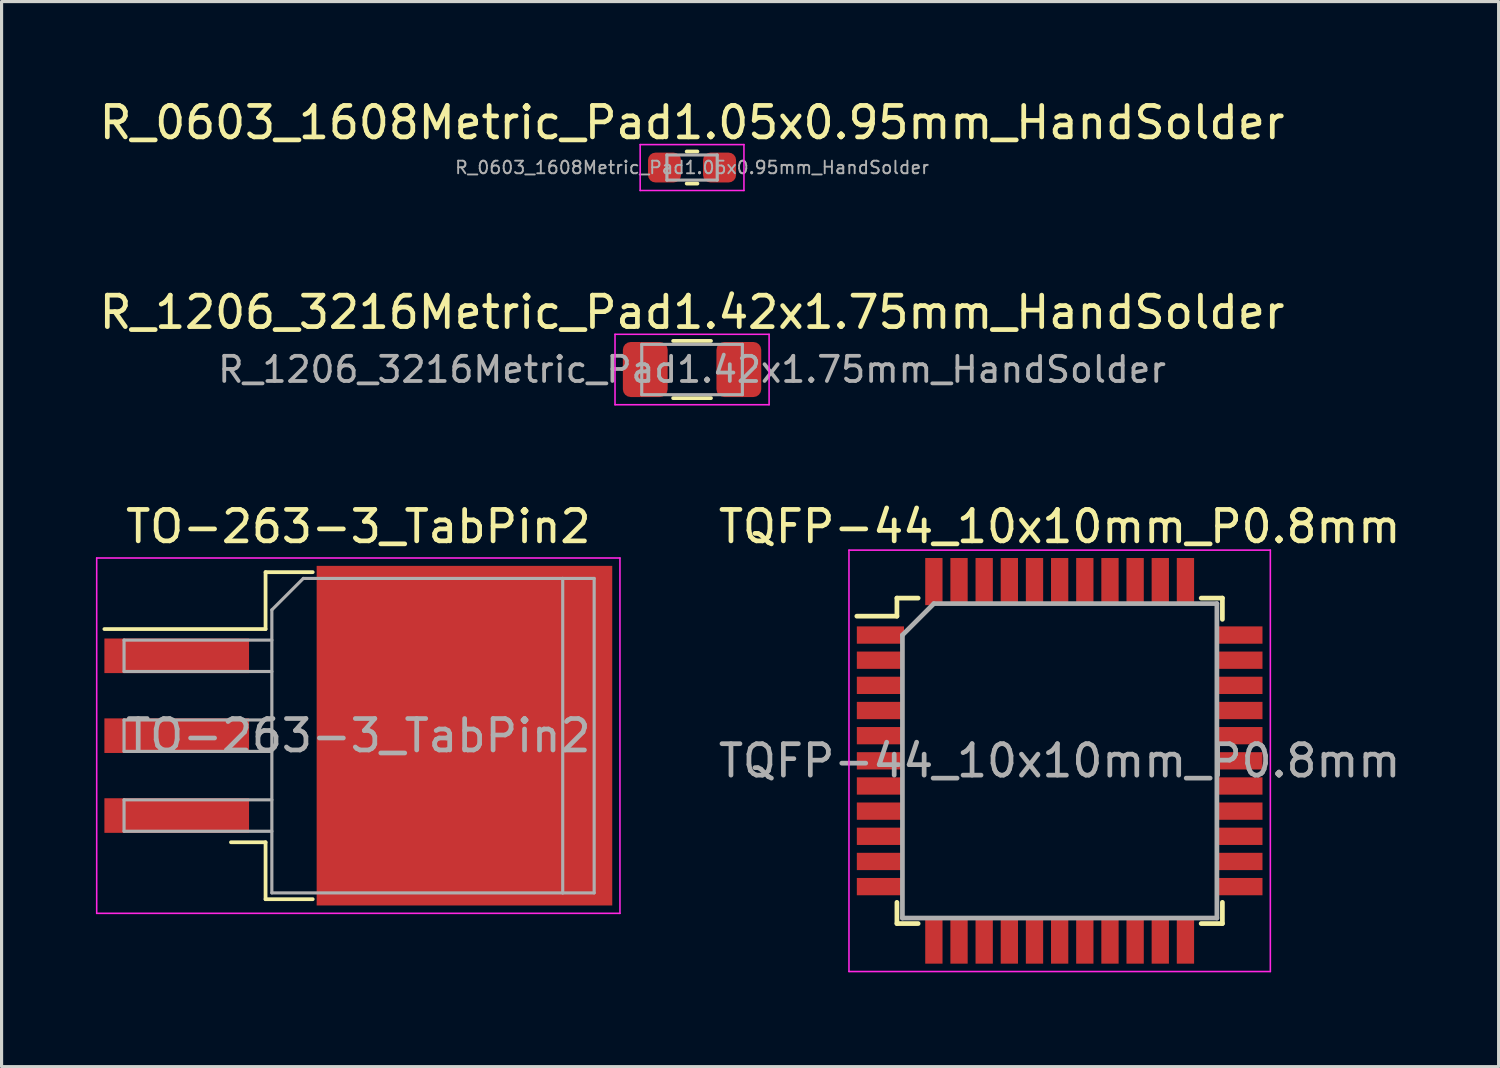
<source format=kicad_pcb>
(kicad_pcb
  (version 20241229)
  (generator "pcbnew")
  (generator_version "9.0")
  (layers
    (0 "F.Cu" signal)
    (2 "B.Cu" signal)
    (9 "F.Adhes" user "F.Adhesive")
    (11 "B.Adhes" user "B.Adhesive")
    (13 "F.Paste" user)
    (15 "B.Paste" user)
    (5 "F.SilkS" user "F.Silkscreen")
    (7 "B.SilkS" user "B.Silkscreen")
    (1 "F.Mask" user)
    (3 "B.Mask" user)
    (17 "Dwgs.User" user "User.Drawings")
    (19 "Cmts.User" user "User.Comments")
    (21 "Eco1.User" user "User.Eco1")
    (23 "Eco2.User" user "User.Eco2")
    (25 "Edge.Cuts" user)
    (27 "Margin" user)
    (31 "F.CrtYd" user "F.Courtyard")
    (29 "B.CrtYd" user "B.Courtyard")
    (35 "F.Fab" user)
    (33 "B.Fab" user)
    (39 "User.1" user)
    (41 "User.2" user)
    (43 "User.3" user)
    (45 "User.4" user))
  (footprint "R_0603_1608Metric_Pad1.05x0.95mm_HandSolder"
    (layer "F.Cu")
    (at 18.958 2.278)
    (property "Reference" "R_0603_1608Metric_Pad1.05x0.95mm_HandSolder" (at 0 -1.43 0) (layer "F.SilkS") (effects (font (size 1 1) (thickness 0.15))))
    (attr smd)
    (fp_line (start -0.171 -0.51) (end 0.171 -0.51) (stroke (width 0.12) (type solid)) (layer "F.SilkS"))
    (fp_line (start -0.171 0.51) (end 0.171 0.51) (stroke (width 0.12) (type solid)) (layer "F.SilkS"))
    (fp_line (start -1.65 -0.73) (end 1.65 -0.73) (stroke (width 0.05) (type solid)) (layer "F.CrtYd"))
    (fp_line (start -1.65 0.73) (end -1.65 -0.73) (stroke (width 0.05) (type solid)) (layer "F.CrtYd"))
    (fp_line (start 1.65 -0.73) (end 1.65 0.73) (stroke (width 0.05) (type solid)) (layer "F.CrtYd"))
    (fp_line (start 1.65 0.73) (end -1.65 0.73) (stroke (width 0.05) (type solid)) (layer "F.CrtYd"))
    (fp_line (start -0.8 -0.4) (end 0.8 -0.4) (stroke (width 0.1) (type solid)) (layer "F.Fab"))
    (fp_line (start -0.8 0.4) (end -0.8 -0.4) (stroke (width 0.1) (type solid)) (layer "F.Fab"))
    (fp_line (start 0.8 -0.4) (end 0.8 0.4) (stroke (width 0.1) (type solid)) (layer "F.Fab"))
    (fp_line (start 0.8 0.4) (end -0.8 0.4) (stroke (width 0.1) (type solid)) (layer "F.Fab"))
    (fp_text user "${REFERENCE}" (at 0 0 0) (layer "F.Fab") (effects (font (size 0.4 0.4) (thickness 0.06))))
    (pad "1" smd roundrect (at -0.875 0) (size 1.05 0.95) (layers "F.Cu" "F.Mask" "F.Paste") (roundrect_rratio 0.25))
    (pad "2" smd roundrect (at 0.875 0) (size 1.05 0.95) (layers "F.Cu" "F.Mask" "F.Paste") (roundrect_rratio 0.25)))
  (footprint "TO-263-3_TabPin2"
    (layer "F.Cu")
    (at 8.345 20.345)
    (property "Reference" "TO-263-3_TabPin2" (at 0 -6.65 0) (layer "F.SilkS") (effects (font (size 1 1) (thickness 0.15))))
    (attr smd)
    (fp_line (start -2.95 -5.2) (end -2.95 -3.39) (stroke (width 0.12) (type solid)) (layer "F.SilkS"))
    (fp_line (start -2.95 -3.39) (end -8.075 -3.39) (stroke (width 0.12) (type solid)) (layer "F.SilkS"))
    (fp_line (start -2.95 3.39) (end -4.05 3.39) (stroke (width 0.12) (type solid)) (layer "F.SilkS"))
    (fp_line (start -2.95 5.2) (end -2.95 3.39) (stroke (width 0.12) (type solid)) (layer "F.SilkS"))
    (fp_line (start -1.45 -5.2) (end -2.95 -5.2) (stroke (width 0.12) (type solid)) (layer "F.SilkS"))
    (fp_line (start -1.45 5.2) (end -2.95 5.2) (stroke (width 0.12) (type solid)) (layer "F.SilkS"))
    (fp_line (start -8.32 -5.65) (end -8.32 5.65) (stroke (width 0.05) (type solid)) (layer "F.CrtYd"))
    (fp_line (start -8.32 5.65) (end 8.32 5.65) (stroke (width 0.05) (type solid)) (layer "F.CrtYd"))
    (fp_line (start 8.32 -5.65) (end -8.32 -5.65) (stroke (width 0.05) (type solid)) (layer "F.CrtYd"))
    (fp_line (start 8.32 5.65) (end 8.32 -5.65) (stroke (width 0.05) (type solid)) (layer "F.CrtYd"))
    (fp_line (start -7.45 -3.04) (end -7.45 -2.04) (stroke (width 0.1) (type solid)) (layer "F.Fab"))
    (fp_line (start -7.45 -2.04) (end -2.75 -2.04) (stroke (width 0.1) (type solid)) (layer "F.Fab"))
    (fp_line (start -7.45 -0.5) (end -7.45 0.5) (stroke (width 0.1) (type solid)) (layer "F.Fab"))
    (fp_line (start -7.45 0.5) (end -2.75 0.5) (stroke (width 0.1) (type solid)) (layer "F.Fab"))
    (fp_line (start -7.45 2.04) (end -7.45 3.04) (stroke (width 0.1) (type solid)) (layer "F.Fab"))
    (fp_line (start -7.45 3.04) (end -2.75 3.04) (stroke (width 0.1) (type solid)) (layer "F.Fab"))
    (fp_line (start -2.75 -4) (end -1.75 -5) (stroke (width 0.1) (type solid)) (layer "F.Fab"))
    (fp_line (start -2.75 -3.04) (end -7.45 -3.04) (stroke (width 0.1) (type solid)) (layer "F.Fab"))
    (fp_line (start -2.75 -0.5) (end -7.45 -0.5) (stroke (width 0.1) (type solid)) (layer "F.Fab"))
    (fp_line (start -2.75 2.04) (end -7.45 2.04) (stroke (width 0.1) (type solid)) (layer "F.Fab"))
    (fp_line (start -2.75 5) (end -2.75 -4) (stroke (width 0.1) (type solid)) (layer "F.Fab"))
    (fp_line (start -1.75 -5) (end 6.5 -5) (stroke (width 0.1) (type solid)) (layer "F.Fab"))
    (fp_line (start 6.5 -5) (end 6.5 5) (stroke (width 0.1) (type solid)) (layer "F.Fab"))
    (fp_line (start 6.5 -5) (end 7.5 -5) (stroke (width 0.1) (type solid)) (layer "F.Fab"))
    (fp_line (start 6.5 5) (end -2.75 5) (stroke (width 0.1) (type solid)) (layer "F.Fab"))
    (fp_line (start 7.5 -5) (end 7.5 5) (stroke (width 0.1) (type solid)) (layer "F.Fab"))
    (fp_line (start 7.5 5) (end 6.5 5) (stroke (width 0.1) (type solid)) (layer "F.Fab"))
    (fp_text user "${REFERENCE}" (at 0 0 0) (layer "F.Fab") (effects (font (size 1 1) (thickness 0.15))))
    (pad "" smd rect (at 0.95 -2.775) (size 4.55 5.25) (layers "F.Paste"))
    (pad "" smd rect (at 0.95 2.775) (size 4.55 5.25) (layers "F.Paste"))
    (pad "" smd rect (at 5.8 -2.775) (size 4.55 5.25) (layers "F.Paste"))
    (pad "" smd rect (at 5.8 2.775) (size 4.55 5.25) (layers "F.Paste"))
    (pad "1" smd rect (at -5.775 -2.54) (size 4.6 1.1) (layers "F.Cu" "F.Mask" "F.Paste"))
    (pad "2" smd rect (at -5.775 0) (size 4.6 1.1) (layers "F.Cu" "F.Mask" "F.Paste"))
    (pad "2" smd rect (at 3.375 0) (size 9.4 10.8) (layers "F.Cu" "F.Mask"))
    (pad "3" smd rect (at -5.775 2.54) (size 4.6 1.1) (layers "F.Cu" "F.Mask" "F.Paste")))
  (footprint "R_1206_3216Metric_Pad1.42x1.75mm_HandSolder"
    (layer "F.Cu")
    (at 18.958 8.701)
    (property "Reference" "R_1206_3216Metric_Pad1.42x1.75mm_HandSolder" (at 0 -1.82 0) (layer "F.SilkS") (effects (font (size 1 1) (thickness 0.15))))
    (attr smd)
    (fp_line (start -0.602 -0.91) (end 0.602 -0.91) (stroke (width 0.12) (type solid)) (layer "F.SilkS"))
    (fp_line (start -0.602 0.91) (end 0.602 0.91) (stroke (width 0.12) (type solid)) (layer "F.SilkS"))
    (fp_line (start -2.45 -1.12) (end 2.45 -1.12) (stroke (width 0.05) (type solid)) (layer "F.CrtYd"))
    (fp_line (start -2.45 1.12) (end -2.45 -1.12) (stroke (width 0.05) (type solid)) (layer "F.CrtYd"))
    (fp_line (start 2.45 -1.12) (end 2.45 1.12) (stroke (width 0.05) (type solid)) (layer "F.CrtYd"))
    (fp_line (start 2.45 1.12) (end -2.45 1.12) (stroke (width 0.05) (type solid)) (layer "F.CrtYd"))
    (fp_line (start -1.6 -0.8) (end 1.6 -0.8) (stroke (width 0.1) (type solid)) (layer "F.Fab"))
    (fp_line (start -1.6 0.8) (end -1.6 -0.8) (stroke (width 0.1) (type solid)) (layer "F.Fab"))
    (fp_line (start 1.6 -0.8) (end 1.6 0.8) (stroke (width 0.1) (type solid)) (layer "F.Fab"))
    (fp_line (start 1.6 0.8) (end -1.6 0.8) (stroke (width 0.1) (type solid)) (layer "F.Fab"))
    (fp_text user "${REFERENCE}" (at 0 0 0) (layer "F.Fab") (effects (font (size 0.8 0.8) (thickness 0.12))))
    (pad "1" smd roundrect (at -1.488 0) (size 1.425 1.75) (layers "F.Cu" "F.Mask" "F.Paste") (roundrect_rratio 0.175))
    (pad "2" smd roundrect (at 1.488 0) (size 1.425 1.75) (layers "F.Cu" "F.Mask" "F.Paste") (roundrect_rratio 0.175)))
  (footprint "TQFP-44_10x10mm_P0.8mm"
    (layer "F.Cu")
    (at 30.648 21.145)
    (property "Reference" "TQFP-44_10x10mm_P0.8mm" (at 0 -7.45 0) (layer "F.SilkS") (effects (font (size 1 1) (thickness 0.15))))
    (attr smd)
    (fp_line (start -5.175 -5.175) (end -5.175 -4.6) (stroke (width 0.15) (type solid)) (layer "F.SilkS"))
    (fp_line (start -5.175 -5.175) (end -4.5 -5.175) (stroke (width 0.15) (type solid)) (layer "F.SilkS"))
    (fp_line (start -5.175 -4.6) (end -6.45 -4.6) (stroke (width 0.15) (type solid)) (layer "F.SilkS"))
    (fp_line (start -5.175 5.175) (end -5.175 4.5) (stroke (width 0.15) (type solid)) (layer "F.SilkS"))
    (fp_line (start -5.175 5.175) (end -4.5 5.175) (stroke (width 0.15) (type solid)) (layer "F.SilkS"))
    (fp_line (start 5.175 -5.175) (end 4.5 -5.175) (stroke (width 0.15) (type solid)) (layer "F.SilkS"))
    (fp_line (start 5.175 -5.175) (end 5.175 -4.5) (stroke (width 0.15) (type solid)) (layer "F.SilkS"))
    (fp_line (start 5.175 5.175) (end 4.5 5.175) (stroke (width 0.15) (type solid)) (layer "F.SilkS"))
    (fp_line (start 5.175 5.175) (end 5.175 4.5) (stroke (width 0.15) (type solid)) (layer "F.SilkS"))
    (fp_line (start -6.7 -6.7) (end -6.7 6.7) (stroke (width 0.05) (type solid)) (layer "F.CrtYd"))
    (fp_line (start -6.7 -6.7) (end 6.7 -6.7) (stroke (width 0.05) (type solid)) (layer "F.CrtYd"))
    (fp_line (start -6.7 6.7) (end 6.7 6.7) (stroke (width 0.05) (type solid)) (layer "F.CrtYd"))
    (fp_line (start 6.7 -6.7) (end 6.7 6.7) (stroke (width 0.05) (type solid)) (layer "F.CrtYd"))
    (fp_line (start -5 -4) (end -4 -5) (stroke (width 0.15) (type solid)) (layer "F.Fab"))
    (fp_line (start -5 5) (end -5 -4) (stroke (width 0.15) (type solid)) (layer "F.Fab"))
    (fp_line (start -4 -5) (end 5 -5) (stroke (width 0.15) (type solid)) (layer "F.Fab"))
    (fp_line (start 5 -5) (end 5 5) (stroke (width 0.15) (type solid)) (layer "F.Fab"))
    (fp_line (start 5 5) (end -5 5) (stroke (width 0.15) (type solid)) (layer "F.Fab"))
    (fp_text user "${REFERENCE}" (at 0 0 0) (layer "F.Fab") (effects (font (size 1 1) (thickness 0.15))))
    (pad "1" smd rect (at -5.7 -4) (size 1.5 0.55) (layers "F.Cu" "F.Mask" "F.Paste"))
    (pad "2" smd rect (at -5.7 -3.2) (size 1.5 0.55) (layers "F.Cu" "F.Mask" "F.Paste"))
    (pad "3" smd rect (at -5.7 -2.4) (size 1.5 0.55) (layers "F.Cu" "F.Mask" "F.Paste"))
    (pad "4" smd rect (at -5.7 -1.6) (size 1.5 0.55) (layers "F.Cu" "F.Mask" "F.Paste"))
    (pad "5" smd rect (at -5.7 -0.8) (size 1.5 0.55) (layers "F.Cu" "F.Mask" "F.Paste"))
    (pad "6" smd rect (at -5.7 0) (size 1.5 0.55) (layers "F.Cu" "F.Mask" "F.Paste"))
    (pad "7" smd rect (at -5.7 0.8) (size 1.5 0.55) (layers "F.Cu" "F.Mask" "F.Paste"))
    (pad "8" smd rect (at -5.7 1.6) (size 1.5 0.55) (layers "F.Cu" "F.Mask" "F.Paste"))
    (pad "9" smd rect (at -5.7 2.4) (size 1.5 0.55) (layers "F.Cu" "F.Mask" "F.Paste"))
    (pad "10" smd rect (at -5.7 3.2) (size 1.5 0.55) (layers "F.Cu" "F.Mask" "F.Paste"))
    (pad "11" smd rect (at -5.7 4) (size 1.5 0.55) (layers "F.Cu" "F.Mask" "F.Paste"))
    (pad "12" smd rect (at -4 5.7 90) (size 1.5 0.55) (layers "F.Cu" "F.Mask" "F.Paste"))
    (pad "13" smd rect (at -3.2 5.7 90) (size 1.5 0.55) (layers "F.Cu" "F.Mask" "F.Paste"))
    (pad "14" smd rect (at -2.4 5.7 90) (size 1.5 0.55) (layers "F.Cu" "F.Mask" "F.Paste"))
    (pad "15" smd rect (at -1.6 5.7 90) (size 1.5 0.55) (layers "F.Cu" "F.Mask" "F.Paste"))
    (pad "16" smd rect (at -0.8 5.7 90) (size 1.5 0.55) (layers "F.Cu" "F.Mask" "F.Paste"))
    (pad "17" smd rect (at 0 5.7 90) (size 1.5 0.55) (layers "F.Cu" "F.Mask" "F.Paste"))
    (pad "18" smd rect (at 0.8 5.7 90) (size 1.5 0.55) (layers "F.Cu" "F.Mask" "F.Paste"))
    (pad "19" smd rect (at 1.6 5.7 90) (size 1.5 0.55) (layers "F.Cu" "F.Mask" "F.Paste"))
    (pad "20" smd rect (at 2.4 5.7 90) (size 1.5 0.55) (layers "F.Cu" "F.Mask" "F.Paste"))
    (pad "21" smd rect (at 3.2 5.7 90) (size 1.5 0.55) (layers "F.Cu" "F.Mask" "F.Paste"))
    (pad "22" smd rect (at 4 5.7 90) (size 1.5 0.55) (layers "F.Cu" "F.Mask" "F.Paste"))
    (pad "23" smd rect (at 5.7 4) (size 1.5 0.55) (layers "F.Cu" "F.Mask" "F.Paste"))
    (pad "24" smd rect (at 5.7 3.2) (size 1.5 0.55) (layers "F.Cu" "F.Mask" "F.Paste"))
    (pad "25" smd rect (at 5.7 2.4) (size 1.5 0.55) (layers "F.Cu" "F.Mask" "F.Paste"))
    (pad "26" smd rect (at 5.7 1.6) (size 1.5 0.55) (layers "F.Cu" "F.Mask" "F.Paste"))
    (pad "27" smd rect (at 5.7 0.8) (size 1.5 0.55) (layers "F.Cu" "F.Mask" "F.Paste"))
    (pad "28" smd rect (at 5.7 0) (size 1.5 0.55) (layers "F.Cu" "F.Mask" "F.Paste"))
    (pad "29" smd rect (at 5.7 -0.8) (size 1.5 0.55) (layers "F.Cu" "F.Mask" "F.Paste"))
    (pad "30" smd rect (at 5.7 -1.6) (size 1.5 0.55) (layers "F.Cu" "F.Mask" "F.Paste"))
    (pad "31" smd rect (at 5.7 -2.4) (size 1.5 0.55) (layers "F.Cu" "F.Mask" "F.Paste"))
    (pad "32" smd rect (at 5.7 -3.2) (size 1.5 0.55) (layers "F.Cu" "F.Mask" "F.Paste"))
    (pad "33" smd rect (at 5.7 -4) (size 1.5 0.55) (layers "F.Cu" "F.Mask" "F.Paste"))
    (pad "34" smd rect (at 4 -5.7 90) (size 1.5 0.55) (layers "F.Cu" "F.Mask" "F.Paste"))
    (pad "35" smd rect (at 3.2 -5.7 90) (size 1.5 0.55) (layers "F.Cu" "F.Mask" "F.Paste"))
    (pad "36" smd rect (at 2.4 -5.7 90) (size 1.5 0.55) (layers "F.Cu" "F.Mask" "F.Paste"))
    (pad "37" smd rect (at 1.6 -5.7 90) (size 1.5 0.55) (layers "F.Cu" "F.Mask" "F.Paste"))
    (pad "38" smd rect (at 0.8 -5.7 90) (size 1.5 0.55) (layers "F.Cu" "F.Mask" "F.Paste"))
    (pad "39" smd rect (at 0 -5.7 90) (size 1.5 0.55) (layers "F.Cu" "F.Mask" "F.Paste"))
    (pad "40" smd rect (at -0.8 -5.7 90) (size 1.5 0.55) (layers "F.Cu" "F.Mask" "F.Paste"))
    (pad "41" smd rect (at -1.6 -5.7 90) (size 1.5 0.55) (layers "F.Cu" "F.Mask" "F.Paste"))
    (pad "42" smd rect (at -2.4 -5.7 90) (size 1.5 0.55) (layers "F.Cu" "F.Mask" "F.Paste"))
    (pad "43" smd rect (at -3.2 -5.7 90) (size 1.5 0.55) (layers "F.Cu" "F.Mask" "F.Paste"))
    (pad "44" smd rect (at -4 -5.7 90) (size 1.5 0.55) (layers "F.Cu" "F.Mask" "F.Paste")))
  (gr_rect
    (start -3 -3)
    (end 44.607 30.87)
    (stroke (width 0.1) (type default))
    (fill no)
    (layer "Edge.Cuts")))
</source>
